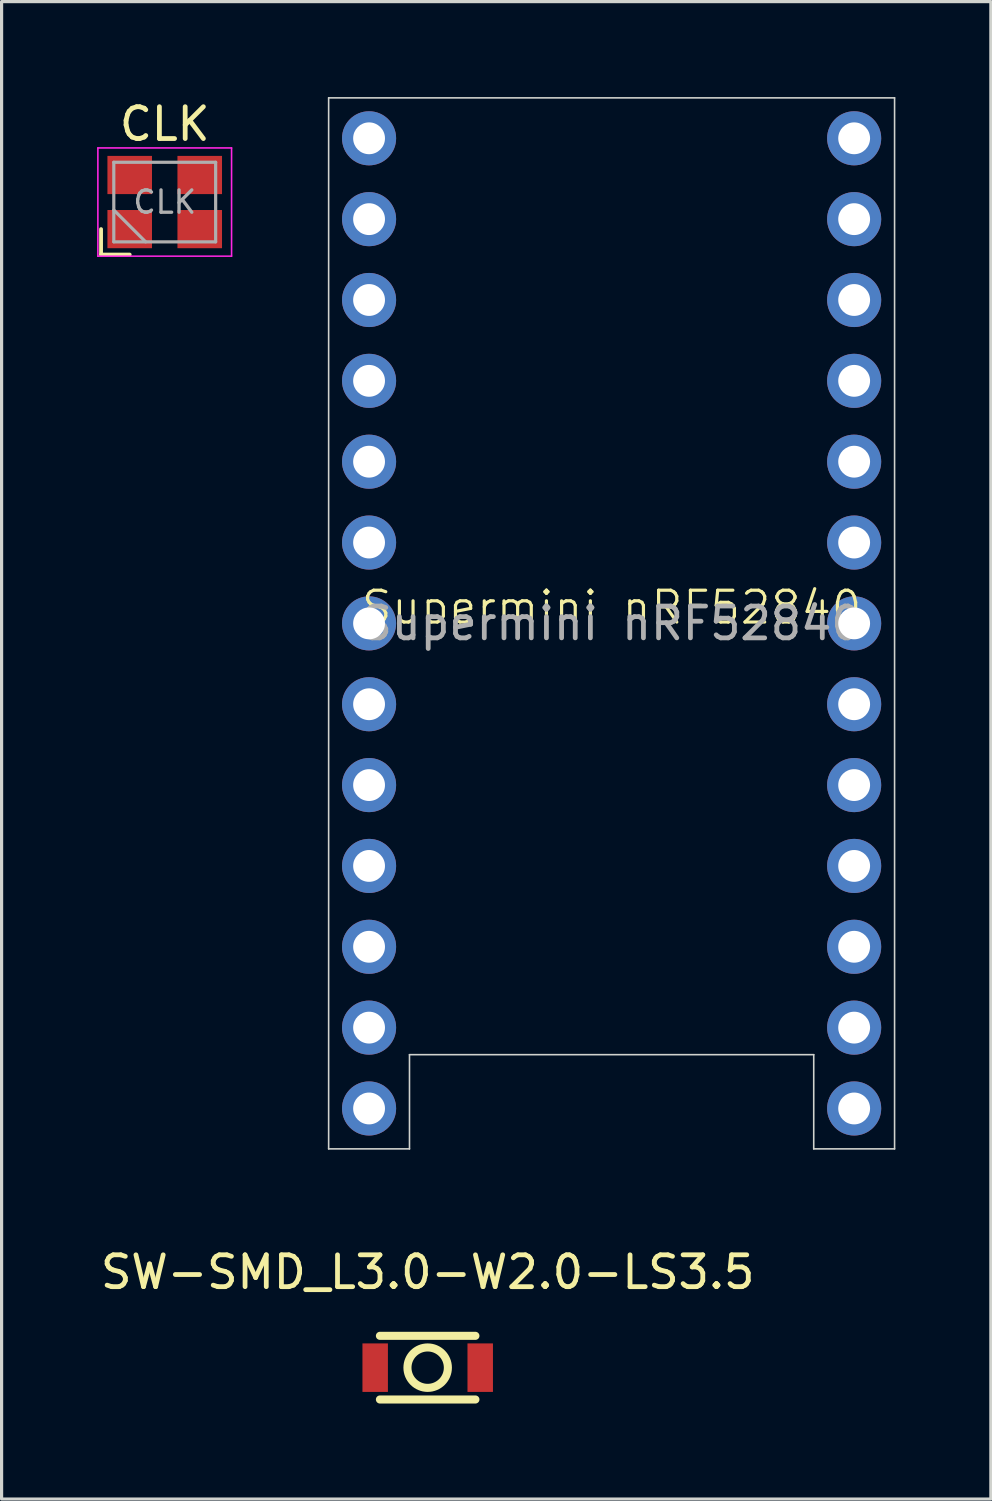
<source format=kicad_pcb>
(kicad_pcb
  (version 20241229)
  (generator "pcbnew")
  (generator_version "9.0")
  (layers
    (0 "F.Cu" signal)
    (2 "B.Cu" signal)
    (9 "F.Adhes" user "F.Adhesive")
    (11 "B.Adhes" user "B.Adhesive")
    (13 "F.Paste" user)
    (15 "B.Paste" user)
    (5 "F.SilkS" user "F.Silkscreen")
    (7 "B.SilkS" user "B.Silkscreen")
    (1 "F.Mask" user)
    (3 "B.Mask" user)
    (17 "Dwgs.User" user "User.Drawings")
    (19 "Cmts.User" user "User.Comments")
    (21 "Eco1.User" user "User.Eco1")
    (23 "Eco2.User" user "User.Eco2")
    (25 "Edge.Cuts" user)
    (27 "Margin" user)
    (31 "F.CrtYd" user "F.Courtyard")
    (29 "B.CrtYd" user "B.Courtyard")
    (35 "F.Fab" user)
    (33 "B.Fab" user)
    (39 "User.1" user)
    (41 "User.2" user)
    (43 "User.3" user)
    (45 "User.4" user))
  (footprint "Supermini nRF52840"
    (layer "F.Cu")
    (at 16.165 16.535)
    (property "Reference" "Supermini nRF52840" (at 0 -0.5 0) (unlocked yes) (layer "F.SilkS") (effects (font (size 1 1) (thickness 0.1))))
    (attr through_hole)
    (fp_line (start -8.89 -16.51) (end -8.89 16.51) (stroke (width 0.05) (type default)) (layer "Edge.Cuts"))
    (fp_line (start -8.89 -16.51) (end 8.89 -16.51) (stroke (width 0.05) (type default)) (layer "Edge.Cuts"))
    (fp_line (start -6.35 13.55) (end 6.35 13.55) (stroke (width 0.05) (type default)) (layer "Edge.Cuts"))
    (fp_line (start -6.35 16.51) (end -8.89 16.51) (stroke (width 0.05) (type default)) (layer "Edge.Cuts"))
    (fp_line (start -6.35 16.51) (end -6.35 13.55) (stroke (width 0.05) (type default)) (layer "Edge.Cuts"))
    (fp_line (start 6.35 13.55) (end 6.35 16.51) (stroke (width 0.05) (type default)) (layer "Edge.Cuts"))
    (fp_line (start 8.89 -16.51) (end 8.89 16.51) (stroke (width 0.05) (type default)) (layer "Edge.Cuts"))
    (fp_line (start 8.89 16.51) (end 6.35 16.51) (stroke (width 0.05) (type default)) (layer "Edge.Cuts"))
    (fp_text user "${REFERENCE}" (at 0 0 0) (unlocked yes) (layer "F.Fab") (effects (font (size 1 1) (thickness 0.15))))
    (pad "1" thru_hole oval (at -7.62 -15.24) (size 1.7 1.7) (drill 1) (layers "*.Cu" "*.Mask"))
    (pad "2" thru_hole oval (at -7.62 -12.7) (size 1.7 1.7) (drill 1) (layers "*.Cu" "*.Mask"))
    (pad "3" thru_hole oval (at -7.62 -10.16) (size 1.7 1.7) (drill 1) (layers "*.Cu" "*.Mask"))
    (pad "4" thru_hole oval (at -7.62 -7.62) (size 1.7 1.7) (drill 1) (layers "*.Cu" "*.Mask"))
    (pad "5" thru_hole oval (at -7.62 -5.08) (size 1.7 1.7) (drill 1) (layers "*.Cu" "*.Mask"))
    (pad "6" thru_hole oval (at -7.62 -2.54) (size 1.7 1.7) (drill 1) (layers "*.Cu" "*.Mask"))
    (pad "7" thru_hole oval (at -7.62 0) (size 1.7 1.7) (drill 1) (layers "*.Cu" "*.Mask"))
    (pad "8" thru_hole oval (at -7.62 2.54) (size 1.7 1.7) (drill 1) (layers "*.Cu" "*.Mask"))
    (pad "9" thru_hole oval (at -7.62 5.08) (size 1.7 1.7) (drill 1) (layers "*.Cu" "*.Mask"))
    (pad "10" thru_hole oval (at -7.62 7.62) (size 1.7 1.7) (drill 1) (layers "*.Cu" "*.Mask"))
    (pad "11" thru_hole oval (at -7.62 10.16) (size 1.7 1.7) (drill 1) (layers "*.Cu" "*.Mask"))
    (pad "12" thru_hole oval (at -7.62 12.7) (size 1.7 1.7) (drill 1) (layers "*.Cu" "*.Mask"))
    (pad "13" thru_hole oval (at -7.62 15.24) (size 1.7 1.7) (drill 1) (layers "*.Cu" "*.Mask"))
    (pad "14" thru_hole oval (at 7.62 -15.24) (size 1.7 1.7) (drill 1) (layers "*.Cu" "*.Mask"))
    (pad "15" thru_hole oval (at 7.62 -12.7) (size 1.7 1.7) (drill 1) (layers "*.Cu" "*.Mask"))
    (pad "16" thru_hole oval (at 7.62 -10.16) (size 1.7 1.7) (drill 1) (layers "*.Cu" "*.Mask"))
    (pad "17" thru_hole oval (at 7.62 -7.62) (size 1.7 1.7) (drill 1) (layers "*.Cu" "*.Mask"))
    (pad "18" thru_hole oval (at 7.62 -5.08) (size 1.7 1.7) (drill 1) (layers "*.Cu" "*.Mask"))
    (pad "19" thru_hole oval (at 7.62 -2.54) (size 1.7 1.7) (drill 1) (layers "*.Cu" "*.Mask"))
    (pad "20" thru_hole oval (at 7.62 0) (size 1.7 1.7) (drill 1) (layers "*.Cu" "*.Mask"))
    (pad "21" thru_hole oval (at 7.62 2.54) (size 1.7 1.7) (drill 1) (layers "*.Cu" "*.Mask"))
    (pad "22" thru_hole oval (at 7.62 5.08) (size 1.7 1.7) (drill 1) (layers "*.Cu" "*.Mask"))
    (pad "23" thru_hole oval (at 7.62 7.62) (size 1.7 1.7) (drill 1) (layers "*.Cu" "*.Mask"))
    (pad "24" thru_hole oval (at 7.62 10.16) (size 1.7 1.7) (drill 1) (layers "*.Cu" "*.Mask"))
    (pad "25" thru_hole oval (at 7.62 12.7) (size 1.7 1.7) (drill 1) (layers "*.Cu" "*.Mask"))
    (pad "26" thru_hole oval (at 7.62 15.24) (size 1.7 1.7) (drill 1) (layers "*.Cu" "*.Mask"))
    (zone (net_name "") (layers "F.Cu" "B.Cu") (hatch edge 0.5) (connect_pads) (min_thickness 0.25) (filled_areas_thickness no) (keepout (tracks allowed) (vias allowed) (pads allowed) (copperpour not_allowed) (footprints allowed)) (placement (enabled no)) (fill) (polygon (pts (xy 7.275 33.045) (xy 25.055 33.045) (xy 25.055 30.085) (xy 7.275 30.085)))))
  (footprint "SW-SMD_L3.0-W2.0-LS3.5"
    (layer "F.Cu")
    (at 10.387 39.918)
    (property "Reference" "SW-SMD_L3.0-W2.0-LS3.5" (at 0 -3 0) (layer "F.SilkS") (effects (font (size 1 1) (thickness 0.15))))
    (attr smd)
    (fp_line (start -1.501 1) (end 1.499 1) (stroke (width 0.254) (type solid)) (layer "F.SilkS"))
    (fp_line (start 1.499 -1) (end -1.501 -1) (stroke (width 0.254) (type solid)) (layer "F.SilkS"))
    (fp_circle (center -0.001 0) (end 0.634 0) (stroke (width 0.254) (type solid)) (fill no) (layer "F.SilkS"))
    (pad "1" smd rect (at -1.65 0) (size 0.8 1.524) (layers "F.Cu" "F.Mask" "F.Paste"))
    (pad "2" smd rect (at 1.65 0) (size 0.8 1.524) (layers "F.Cu" "F.Mask" "F.Paste")))
  (footprint "CLK"
    (layer "F.Cu")
    (at 2.125 3.298)
    (property "Reference" "CLK" (at 0 -2.45 0) (layer "F.SilkS") (effects (font (size 1 1) (thickness 0.15))))
    (attr smd)
    (fp_line (start -2 0.85) (end -2 1.65) (stroke (width 0.12) (type solid)) (layer "F.SilkS"))
    (fp_line (start -2 1.65) (end -1.1 1.65) (stroke (width 0.12) (type solid)) (layer "F.SilkS"))
    (fp_line (start -2.1 -1.7) (end -2.1 1.7) (stroke (width 0.05) (type solid)) (layer "F.CrtYd"))
    (fp_line (start -2.1 1.7) (end 2.1 1.7) (stroke (width 0.05) (type solid)) (layer "F.CrtYd"))
    (fp_line (start 2.1 -1.7) (end -2.1 -1.7) (stroke (width 0.05) (type solid)) (layer "F.CrtYd"))
    (fp_line (start 2.1 1.7) (end 2.1 -1.7) (stroke (width 0.05) (type solid)) (layer "F.CrtYd"))
    (fp_line (start -1.6 -1.25) (end -1.6 1.25) (stroke (width 0.1) (type solid)) (layer "F.Fab"))
    (fp_line (start -1.6 0.25) (end -0.6 1.25) (stroke (width 0.1) (type solid)) (layer "F.Fab"))
    (fp_line (start -1.6 1.25) (end 1.6 1.25) (stroke (width 0.1) (type solid)) (layer "F.Fab"))
    (fp_line (start 1.6 -1.25) (end -1.6 -1.25) (stroke (width 0.1) (type solid)) (layer "F.Fab"))
    (fp_line (start 1.6 1.25) (end 1.6 -1.25) (stroke (width 0.1) (type solid)) (layer "F.Fab"))
    (fp_text user "${REFERENCE}" (at 0 0 0) (layer "F.Fab") (effects (font (size 0.7 0.7) (thickness 0.105))))
    (pad "1" smd rect (at -1.1 0.85) (size 1.4 1.2) (layers "F.Cu" "F.Mask" "F.Paste"))
    (pad "2" smd rect (at 1.1 0.85) (size 1.4 1.2) (layers "F.Cu" "F.Mask" "F.Paste"))
    (pad "3" smd rect (at 1.1 -0.85) (size 1.4 1.2) (layers "F.Cu" "F.Mask" "F.Paste"))
    (pad "4" smd rect (at -1.1 -0.85) (size 1.4 1.2) (layers "F.Cu" "F.Mask" "F.Paste")))
  (gr_rect
    (start -3 -3)
    (end 28.08 44.045)
    (stroke (width 0.1) (type default))
    (fill no)
    (layer "Edge.Cuts")))
</source>
